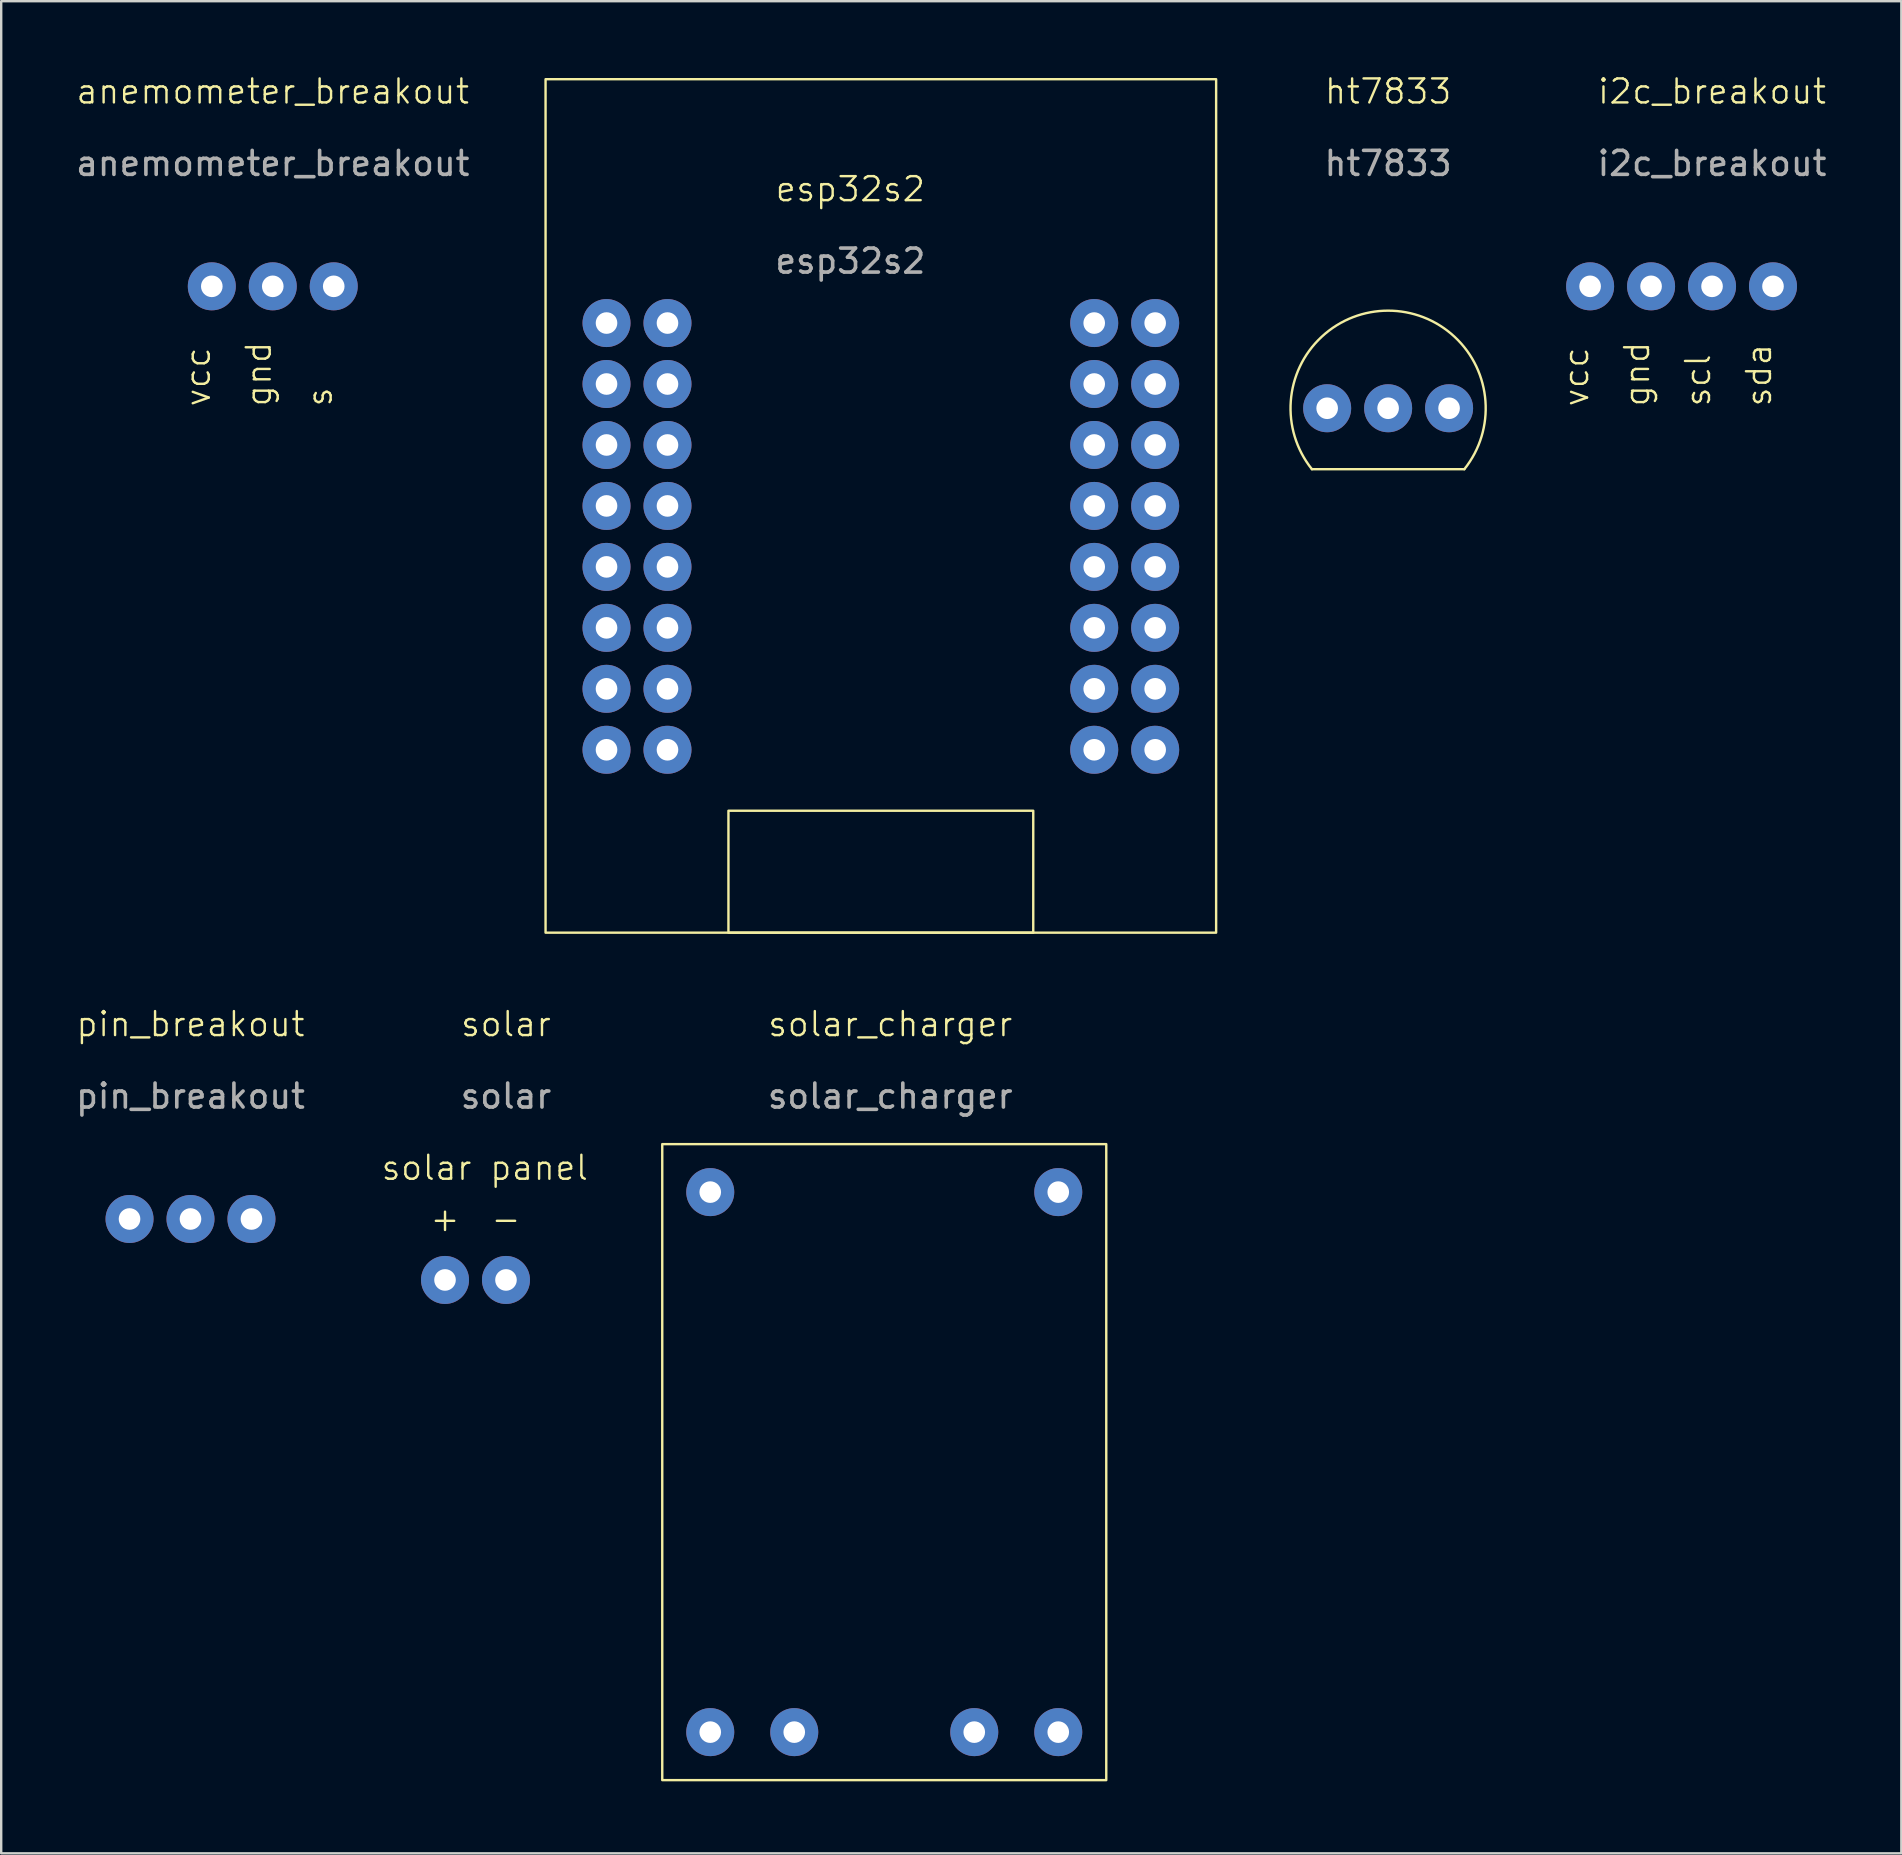
<source format=kicad_pcb>
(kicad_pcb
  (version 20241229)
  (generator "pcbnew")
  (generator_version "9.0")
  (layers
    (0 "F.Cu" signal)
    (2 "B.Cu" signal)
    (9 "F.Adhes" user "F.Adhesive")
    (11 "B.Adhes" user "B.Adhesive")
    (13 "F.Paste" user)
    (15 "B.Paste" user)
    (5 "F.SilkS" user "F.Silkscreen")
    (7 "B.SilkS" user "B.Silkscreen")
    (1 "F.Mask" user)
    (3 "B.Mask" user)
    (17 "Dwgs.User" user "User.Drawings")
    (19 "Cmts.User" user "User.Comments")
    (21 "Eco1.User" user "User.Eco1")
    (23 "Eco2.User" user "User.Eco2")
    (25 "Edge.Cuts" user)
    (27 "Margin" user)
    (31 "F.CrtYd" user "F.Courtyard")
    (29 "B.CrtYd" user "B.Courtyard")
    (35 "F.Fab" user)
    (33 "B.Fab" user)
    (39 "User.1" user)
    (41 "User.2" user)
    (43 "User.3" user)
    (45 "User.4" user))
  (footprint "anemometer_breakout"
    (layer "F.Cu")
    (at 10.855 1.26)
    (property "Reference" "anemometer_breakout" (at -2.54 -0.5 0) (unlocked yes) (layer "F.SilkS") (effects (font (size 1 1) (thickness 0.1))))
    (attr through_hole)
    (fp_text user "gnd" (at -2.54 12.7 90) (unlocked yes) (layer "F.SilkS") (effects (font (size 1 1) (thickness 0.1)) (justify left bottom)))
    (fp_text user "s" (at 0 12.7 90) (unlocked yes) (layer "F.SilkS") (effects (font (size 1 1) (thickness 0.1)) (justify left bottom)))
    (fp_text user "vcc" (at -5.08 12.7 90) (unlocked yes) (layer "F.SilkS") (effects (font (size 1 1) (thickness 0.1)) (justify left bottom)))
    (fp_text user "${REFERENCE}" (at -2.54 2.5 0) (unlocked yes) (layer "F.Fab") (effects (font (size 1 1) (thickness 0.15))))
    (pad "1" thru_hole circle (at -5.08 7.62) (size 2 2) (drill 0.9) (layers "*.Cu" "*.Mask"))
    (pad "2" thru_hole circle (at -2.54 7.62) (size 2 2) (drill 0.9) (layers "*.Cu" "*.Mask"))
    (pad "3" thru_hole circle (at 0 7.62) (size 2 2) (drill 0.9) (layers "*.Cu" "*.Mask")))
  (footprint "esp32s2"
    (layer "F.Cu")
    (at 32.381 0.25)
    (property "Reference" "esp32s2" (at 0 4.58 0) (unlocked yes) (layer "F.SilkS") (effects (font (size 1 1) (thickness 0.1))))
    (attr through_hole)
    (fp_rect (start -12.7 0) (end 15.24 35.56) (stroke (width 0.1) (type default)) (fill no) (layer "F.SilkS"))
    (fp_rect (start -5.08 30.48) (end 7.62 35.56) (stroke (width 0.1) (type default)) (fill no) (layer "F.SilkS"))
    (fp_text user "${REFERENCE}" (at 0 7.58 0) (unlocked yes) (layer "F.Fab") (effects (font (size 1 1) (thickness 0.15))))
    (pad "1" thru_hole circle (at -10.16 27.94) (size 2 2) (drill 0.9) (layers "*.Cu" "*.Mask"))
    (pad "2" thru_hole circle (at -7.62 27.94) (size 2 2) (drill 0.9) (layers "*.Cu" "*.Mask"))
    (pad "3" thru_hole circle (at -10.16 25.4) (size 2 2) (drill 0.9) (layers "*.Cu" "*.Mask"))
    (pad "4" thru_hole circle (at -7.62 25.4) (size 2 2) (drill 0.9) (layers "*.Cu" "*.Mask"))
    (pad "5" thru_hole circle (at -10.16 22.86) (size 2 2) (drill 0.9) (layers "*.Cu" "*.Mask"))
    (pad "6" thru_hole circle (at -7.62 22.86) (size 2 2) (drill 0.9) (layers "*.Cu" "*.Mask"))
    (pad "7" thru_hole circle (at -10.16 20.32) (size 2 2) (drill 0.9) (layers "*.Cu" "*.Mask"))
    (pad "8" thru_hole circle (at -7.62 20.32) (size 2 2) (drill 0.9) (layers "*.Cu" "*.Mask"))
    (pad "9" thru_hole circle (at -10.16 17.78) (size 2 2) (drill 0.9) (layers "*.Cu" "*.Mask"))
    (pad "10" thru_hole circle (at -7.62 17.78) (size 2 2) (drill 0.9) (layers "*.Cu" "*.Mask"))
    (pad "11" thru_hole circle (at -10.16 15.24) (size 2 2) (drill 0.9) (layers "*.Cu" "*.Mask"))
    (pad "12" thru_hole circle (at -7.62 15.24) (size 2 2) (drill 0.9) (layers "*.Cu" "*.Mask"))
    (pad "13" thru_hole circle (at -10.16 12.7) (size 2 2) (drill 0.9) (layers "*.Cu" "*.Mask"))
    (pad "14" thru_hole circle (at -7.62 12.7) (size 2 2) (drill 0.9) (layers "*.Cu" "*.Mask"))
    (pad "15" thru_hole circle (at -10.16 10.16) (size 2 2) (drill 0.9) (layers "*.Cu" "*.Mask"))
    (pad "16" thru_hole circle (at -7.62 10.16) (size 2 2) (drill 0.9) (layers "*.Cu" "*.Mask"))
    (pad "17" thru_hole circle (at 10.16 27.94) (size 2 2) (drill 0.9) (layers "*.Cu" "*.Mask"))
    (pad "18" thru_hole circle (at 12.7 27.94) (size 2 2) (drill 0.9) (layers "*.Cu" "*.Mask"))
    (pad "19" thru_hole circle (at 10.16 25.4) (size 2 2) (drill 0.9) (layers "*.Cu" "*.Mask"))
    (pad "20" thru_hole circle (at 12.7 25.4) (size 2 2) (drill 0.9) (layers "*.Cu" "*.Mask"))
    (pad "21" thru_hole circle (at 10.16 22.86) (size 2 2) (drill 0.9) (layers "*.Cu" "*.Mask"))
    (pad "22" thru_hole circle (at 12.7 22.86) (size 2 2) (drill 0.9) (layers "*.Cu" "*.Mask"))
    (pad "23" thru_hole circle (at 10.16 20.32) (size 2 2) (drill 0.9) (layers "*.Cu" "*.Mask"))
    (pad "24" thru_hole circle (at 12.7 20.32) (size 2 2) (drill 0.9) (layers "*.Cu" "*.Mask"))
    (pad "25" thru_hole circle (at 10.16 17.78) (size 2 2) (drill 0.9) (layers "*.Cu" "*.Mask"))
    (pad "26" thru_hole circle (at 12.7 17.78) (size 2 2) (drill 0.9) (layers "*.Cu" "*.Mask"))
    (pad "27" thru_hole circle (at 10.16 15.24) (size 2 2) (drill 0.9) (layers "*.Cu" "*.Mask"))
    (pad "28" thru_hole circle (at 12.7 15.24) (size 2 2) (drill 0.9) (layers "*.Cu" "*.Mask"))
    (pad "29" thru_hole circle (at 10.16 12.7) (size 2 2) (drill 0.9) (layers "*.Cu" "*.Mask"))
    (pad "30" thru_hole circle (at 12.7 12.7) (size 2 2) (drill 0.9) (layers "*.Cu" "*.Mask"))
    (pad "31" thru_hole circle (at 10.16 10.16) (size 2 2) (drill 0.9) (layers "*.Cu" "*.Mask"))
    (pad "32" thru_hole circle (at 12.7 10.16) (size 2 2) (drill 0.9) (layers "*.Cu" "*.Mask")))
  (footprint "pin_breakout"
    (layer "F.Cu")
    (at 4.887 40.12)
    (property "Reference" "pin_breakout" (at 0 -0.5 0) (unlocked yes) (layer "F.SilkS") (effects (font (size 1 1) (thickness 0.1))))
    (attr through_hole)
    (fp_text user "${REFERENCE}" (at 0 2.5 0) (unlocked yes) (layer "F.Fab") (effects (font (size 1 1) (thickness 0.15))))
    (pad "1" thru_hole circle (at -2.54 7.62) (size 2 2) (drill 0.9) (layers "*.Cu" "*.Mask"))
    (pad "2" thru_hole circle (at 0 7.62) (size 2 2) (drill 0.9) (layers "*.Cu" "*.Mask"))
    (pad "3" thru_hole circle (at 2.54 7.62) (size 2 2) (drill 0.9) (layers "*.Cu" "*.Mask")))
  (footprint "i2c_breakout"
    (layer "F.Cu")
    (at 68.283 1.26)
    (property "Reference" "i2c_breakout" (at 0 -0.5 0) (unlocked yes) (layer "F.SilkS") (effects (font (size 1 1) (thickness 0.1))))
    (attr through_hole)
    (fp_text user "sda" (at 2.54 12.7 90) (unlocked yes) (layer "F.SilkS") (effects (font (size 1 1) (thickness 0.1)) (justify left bottom)))
    (fp_text user "vcc" (at -5.08 12.7 90) (unlocked yes) (layer "F.SilkS") (effects (font (size 1 1) (thickness 0.1)) (justify left bottom)))
    (fp_text user "scl" (at 0 12.7 90) (unlocked yes) (layer "F.SilkS") (effects (font (size 1 1) (thickness 0.1)) (justify left bottom)))
    (fp_text user "gnd" (at -2.54 12.7 90) (unlocked yes) (layer "F.SilkS") (effects (font (size 1 1) (thickness 0.1)) (justify left bottom)))
    (fp_text user "${REFERENCE}" (at 0 2.5 0) (unlocked yes) (layer "F.Fab") (effects (font (size 1 1) (thickness 0.15))))
    (pad "1" thru_hole circle (at -5.08 7.62) (size 2 2) (drill 0.9) (layers "*.Cu" "*.Mask"))
    (pad "2" thru_hole circle (at -2.54 7.62) (size 2 2) (drill 0.9) (layers "*.Cu" "*.Mask"))
    (pad "3" thru_hole circle (at 0 7.62) (size 2 2) (drill 0.9) (layers "*.Cu" "*.Mask"))
    (pad "4" thru_hole circle (at 2.54 7.62) (size 2 2) (drill 0.9) (layers "*.Cu" "*.Mask")))
  (footprint "ht7833"
    (layer "F.Cu")
    (at 54.787 1.26)
    (property "Reference" "ht7833" (at 0 -0.5 0) (unlocked yes) (layer "F.SilkS") (effects (font (size 1 1) (thickness 0.1))))
    (attr through_hole)
    (fp_line (start -3.175 15.24) (end 3.175 15.24) (stroke (width 0.1) (type default)) (layer "F.SilkS"))
    (fp_arc (start -3.174999 15.239999) (mid 0 8.634018) (end 3.174999 15.239999) (stroke (width 0.1) (type default)) (layer "F.SilkS"))
    (fp_text user "${REFERENCE}" (at 0 2.5 0) (unlocked yes) (layer "F.Fab") (effects (font (size 1 1) (thickness 0.15))))
    (pad "1" thru_hole circle (at -2.54 12.7) (size 2 2) (drill 0.9) (layers "*.Cu" "*.Mask"))
    (pad "2" thru_hole circle (at 0 12.7) (size 2 2) (drill 0.9) (layers "*.Cu" "*.Mask"))
    (pad "3" thru_hole circle (at 2.54 12.7) (size 2 2) (drill 0.9) (layers "*.Cu" "*.Mask")))
  (footprint "solar"
    (layer "F.Cu")
    (at 18.032 40.12)
    (property "Reference" "solar" (at 0 -0.5 0) (unlocked yes) (layer "F.SilkS") (effects (font (size 1 1) (thickness 0.1))))
    (attr through_hole)
    (fp_text user "-" (at 0 7.62 0) (unlocked yes) (layer "F.SilkS") (effects (font (size 1 1) (thickness 0.1))))
    (fp_text user "solar panel" (at -5.258 5.486 0) (unlocked yes) (layer "F.SilkS") (effects (font (size 1 1) (thickness 0.1)) (justify left)))
    (fp_text user "+" (at -2.54 7.62 0) (unlocked yes) (layer "F.SilkS") (effects (font (size 1 1) (thickness 0.1))))
    (fp_text user "${REFERENCE}" (at 0 2.5 0) (unlocked yes) (layer "F.Fab") (effects (font (size 1 1) (thickness 0.15))))
    (pad "1" thru_hole circle (at -2.54 10.16) (size 2 2) (drill 0.9) (layers "*.Cu" "*.Mask"))
    (pad "2" thru_hole circle (at 0 10.16) (size 2 2) (drill 0.9) (layers "*.Cu" "*.Mask")))
  (footprint "solar_charger"
    (layer "F.Cu")
    (at 36.543 39.12)
    (property "Reference" "solar_charger" (at -2.5 0.5 0) (unlocked yes) (layer "F.SilkS") (effects (font (size 1 1) (thickness 0.1))))
    (attr through_hole)
    (fp_rect (start -12 5.5) (end 6.5 32) (stroke (width 0.1) (type default)) (fill no) (layer "F.SilkS"))
    (fp_text user "${REFERENCE}" (at -2.5 3.5 0) (unlocked yes) (layer "F.Fab") (effects (font (size 1 1) (thickness 0.15))))
    (pad "1" thru_hole circle (at -6.5 30) (size 2 2) (drill 0.9) (layers "*.Cu" "*.Mask"))
    (pad "2" thru_hole circle (at -10 30) (size 2 2) (drill 0.9) (layers "*.Cu" "*.Mask"))
    (pad "3" thru_hole circle (at 4.5 30) (size 2 2) (drill 0.9) (layers "*.Cu" "*.Mask"))
    (pad "4" thru_hole circle (at 1 30) (size 2 2) (drill 0.9) (layers "*.Cu" "*.Mask"))
    (pad "5" thru_hole circle (at -10 7.5) (size 2 2) (drill 0.9) (layers "*.Cu" "*.Mask"))
    (pad "6" thru_hole circle (at 4.5 7.5) (size 2 2) (drill 0.9) (layers "*.Cu" "*.Mask")))
  (gr_rect
    (start -3 -3)
    (end 76.17 74.171)
    (stroke (width 0.1) (type default))
    (fill no)
    (layer "Edge.Cuts")))
</source>
